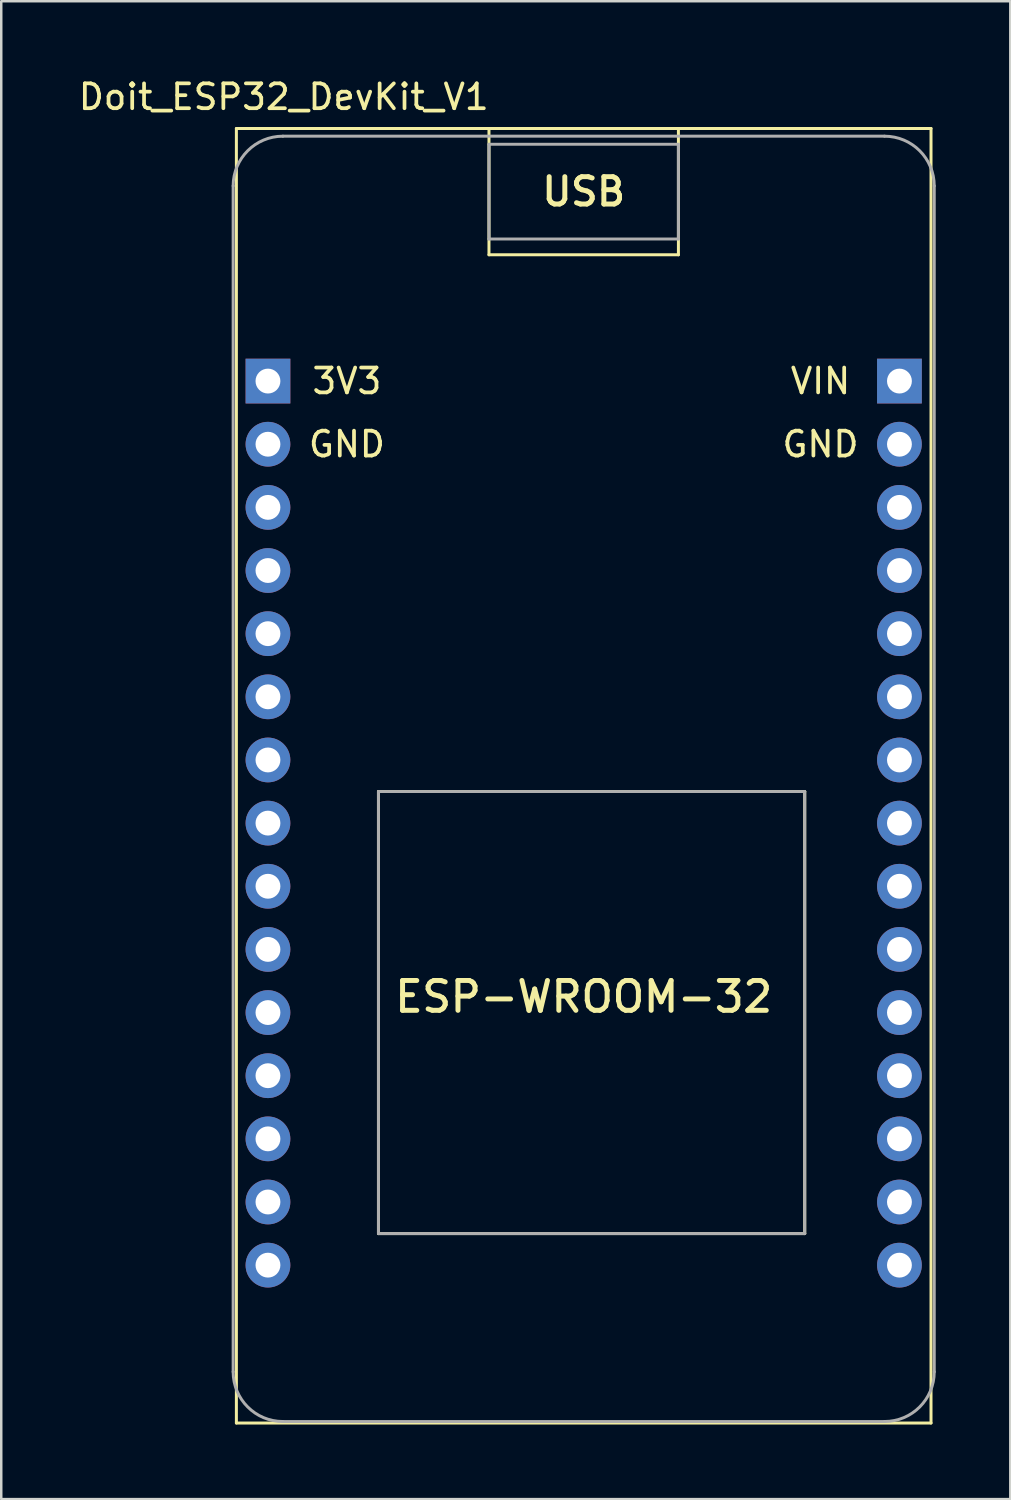
<source format=kicad_pcb>
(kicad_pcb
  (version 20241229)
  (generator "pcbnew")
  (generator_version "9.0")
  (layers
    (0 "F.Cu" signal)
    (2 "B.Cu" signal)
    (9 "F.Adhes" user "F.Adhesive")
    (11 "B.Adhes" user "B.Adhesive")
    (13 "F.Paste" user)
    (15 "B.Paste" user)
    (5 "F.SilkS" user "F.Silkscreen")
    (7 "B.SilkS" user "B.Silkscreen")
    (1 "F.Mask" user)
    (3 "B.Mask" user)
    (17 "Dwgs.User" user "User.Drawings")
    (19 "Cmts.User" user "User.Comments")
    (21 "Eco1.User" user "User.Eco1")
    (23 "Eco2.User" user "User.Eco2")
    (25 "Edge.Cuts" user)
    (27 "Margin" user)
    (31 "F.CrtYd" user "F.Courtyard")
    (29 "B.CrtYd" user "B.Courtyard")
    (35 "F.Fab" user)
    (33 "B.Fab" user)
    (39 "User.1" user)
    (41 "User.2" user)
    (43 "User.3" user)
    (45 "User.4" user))
  (footprint "Doit_ESP32_DevKit_V1"
    (layer "F.Cu")
    (at 20.428 30.058)
    (property "Reference" "Doit_ESP32_DevKit_V1" (at -12.065 -29.21 0) (layer "F.SilkS") (effects (font (size 1 1) (thickness 0.15))))
    (attr through_hole)
    (fp_line (start -13.97 -27.94) (end 13.97 -27.94) (stroke (width 0.12) (type solid)) (layer "F.SilkS"))
    (fp_line (start -13.97 24.13) (end -13.97 -27.94) (stroke (width 0.12) (type solid)) (layer "F.SilkS"))
    (fp_line (start -8.255 -1.27) (end 8.89 -1.27) (stroke (width 0.12) (type solid)) (layer "F.SilkS"))
    (fp_line (start -8.255 16.51) (end -8.255 -1.27) (stroke (width 0.12) (type solid)) (layer "F.SilkS"))
    (fp_line (start -3.81 -22.86) (end -3.81 -27.94) (stroke (width 0.12) (type solid)) (layer "F.SilkS"))
    (fp_line (start 3.81 -27.94) (end 3.81 -22.86) (stroke (width 0.12) (type solid)) (layer "F.SilkS"))
    (fp_line (start 3.81 -22.86) (end -3.81 -22.86) (stroke (width 0.12) (type solid)) (layer "F.SilkS"))
    (fp_line (start 8.89 -1.27) (end 8.89 16.51) (stroke (width 0.12) (type solid)) (layer "F.SilkS"))
    (fp_line (start 8.89 16.51) (end -8.255 16.51) (stroke (width 0.12) (type solid)) (layer "F.SilkS"))
    (fp_line (start 13.97 -27.94) (end 13.97 24.13) (stroke (width 0.12) (type solid)) (layer "F.SilkS"))
    (fp_line (start 13.97 24.13) (end -13.97 24.13) (stroke (width 0.12) (type solid)) (layer "F.SilkS"))
    (fp_line (start -14.1 22.07) (end -14.1 -25.63) (stroke (width 0.12) (type solid)) (layer "F.Fab"))
    (fp_line (start -12.1 -27.63) (end 12.1 -27.63) (stroke (width 0.12) (type solid)) (layer "F.Fab"))
    (fp_line (start -8.255 -1.27) (end 8.89 -1.27) (stroke (width 0.12) (type solid)) (layer "F.Fab"))
    (fp_line (start -8.255 16.51) (end -8.255 -1.27) (stroke (width 0.12) (type solid)) (layer "F.Fab"))
    (fp_line (start -3.81 -27.305) (end 3.81 -27.305) (stroke (width 0.12) (type solid)) (layer "F.Fab"))
    (fp_line (start -3.81 -23.495) (end -3.81 -27.305) (stroke (width 0.12) (type solid)) (layer "F.Fab"))
    (fp_line (start 3.81 -27.305) (end 3.81 -23.495) (stroke (width 0.12) (type solid)) (layer "F.Fab"))
    (fp_line (start 3.81 -23.495) (end -3.81 -23.495) (stroke (width 0.12) (type solid)) (layer "F.Fab"))
    (fp_line (start 8.89 -1.27) (end 8.89 16.51) (stroke (width 0.12) (type solid)) (layer "F.Fab"))
    (fp_line (start 8.89 16.51) (end -8.255 16.51) (stroke (width 0.12) (type solid)) (layer "F.Fab"))
    (fp_line (start 12.1 24.07) (end -12.1 24.07) (stroke (width 0.12) (type solid)) (layer "F.Fab"))
    (fp_line (start 14.1 -25.63) (end 14.1 22.07) (stroke (width 0.12) (type solid)) (layer "F.Fab"))
    (fp_arc (start -14.1 -25.63) (mid -13.514214 -27.044214) (end -12.1 -27.63) (stroke (width 0.12) (type solid)) (layer "F.Fab"))
    (fp_arc (start -12.1 24.07) (mid -13.514214 23.484214) (end -14.1 22.07) (stroke (width 0.12) (type solid)) (layer "F.Fab"))
    (fp_arc (start 12.1 -27.63) (mid 13.514214 -27.044214) (end 14.1 -25.63) (stroke (width 0.12) (type solid)) (layer "F.Fab"))
    (fp_arc (start 14.1 22.07) (mid 13.514214 23.484214) (end 12.1 24.07) (stroke (width 0.12) (type solid)) (layer "F.Fab"))
    (fp_text user "GND" (at 9.525 -15.24 0) (layer "F.SilkS") (effects (font (size 1 1) (thickness 0.15))))
    (fp_text user "ESP-WROOM-32" (at 0 6.985 0) (layer "F.SilkS") (effects (font (size 1.2 1.2) (thickness 0.2))))
    (fp_text user "GND" (at -9.525 -15.24 0) (layer "F.SilkS") (effects (font (size 1 1) (thickness 0.15))))
    (fp_text user "VIN" (at 9.525 -17.78 0) (layer "F.SilkS") (effects (font (size 1 1) (thickness 0.15))))
    (fp_text user "USB" (at 0 -25.4 0) (layer "F.SilkS") (effects (font (size 1.1 1.1) (thickness 0.2))))
    (fp_text user "3V3" (at -9.525 -17.78 0) (layer "F.SilkS") (effects (font (size 1 1) (thickness 0.15))))
    (pad "1" thru_hole rect (at 12.7 -17.78) (size 1.8 1.8) (drill 1) (layers "*.Cu" "*.Mask"))
    (pad "2" thru_hole circle (at 12.7 -15.24) (size 1.8 1.8) (drill 1) (layers "*.Cu" "*.Mask"))
    (pad "3" thru_hole circle (at 12.7 -12.7) (size 1.8 1.8) (drill 1) (layers "*.Cu" "*.Mask"))
    (pad "4" thru_hole circle (at 12.7 -10.16) (size 1.8 1.8) (drill 1) (layers "*.Cu" "*.Mask"))
    (pad "5" thru_hole circle (at 12.7 -7.62) (size 1.8 1.8) (drill 1) (layers "*.Cu" "*.Mask"))
    (pad "6" thru_hole circle (at 12.7 -5.08) (size 1.8 1.8) (drill 1) (layers "*.Cu" "*.Mask"))
    (pad "7" thru_hole circle (at 12.7 -2.54) (size 1.8 1.8) (drill 1) (layers "*.Cu" "*.Mask"))
    (pad "8" thru_hole circle (at 12.7 0) (size 1.8 1.8) (drill 1) (layers "*.Cu" "*.Mask"))
    (pad "9" thru_hole circle (at 12.7 2.54) (size 1.8 1.8) (drill 1) (layers "*.Cu" "*.Mask"))
    (pad "10" thru_hole circle (at 12.7 5.08) (size 1.8 1.8) (drill 1) (layers "*.Cu" "*.Mask"))
    (pad "11" thru_hole circle (at 12.7 7.62) (size 1.8 1.8) (drill 1) (layers "*.Cu" "*.Mask"))
    (pad "12" thru_hole circle (at 12.7 10.16) (size 1.8 1.8) (drill 1) (layers "*.Cu" "*.Mask"))
    (pad "13" thru_hole circle (at 12.7 12.7) (size 1.8 1.8) (drill 1) (layers "*.Cu" "*.Mask"))
    (pad "14" thru_hole circle (at 12.7 15.24) (size 1.8 1.8) (drill 1) (layers "*.Cu" "*.Mask"))
    (pad "15" thru_hole circle (at 12.7 17.78) (size 1.8 1.8) (drill 1) (layers "*.Cu" "*.Mask"))
    (pad "16" thru_hole rect (at -12.7 -17.78) (size 1.8 1.8) (drill 1) (layers "*.Cu" "*.Mask"))
    (pad "17" thru_hole circle (at -12.7 -15.24) (size 1.8 1.8) (drill 1) (layers "*.Cu" "*.Mask"))
    (pad "18" thru_hole circle (at -12.7 -12.7) (size 1.8 1.8) (drill 1) (layers "*.Cu" "*.Mask"))
    (pad "19" thru_hole circle (at -12.7 -10.16) (size 1.8 1.8) (drill 1) (layers "*.Cu" "*.Mask"))
    (pad "20" thru_hole circle (at -12.7 -7.62) (size 1.8 1.8) (drill 1) (layers "*.Cu" "*.Mask"))
    (pad "21" thru_hole circle (at -12.7 -5.08) (size 1.8 1.8) (drill 1) (layers "*.Cu" "*.Mask"))
    (pad "22" thru_hole circle (at -12.7 -2.54) (size 1.8 1.8) (drill 1) (layers "*.Cu" "*.Mask"))
    (pad "23" thru_hole circle (at -12.7 0) (size 1.8 1.8) (drill 1) (layers "*.Cu" "*.Mask"))
    (pad "24" thru_hole circle (at -12.7 2.54) (size 1.8 1.8) (drill 1) (layers "*.Cu" "*.Mask"))
    (pad "25" thru_hole circle (at -12.7 5.08) (size 1.8 1.8) (drill 1) (layers "*.Cu" "*.Mask"))
    (pad "26" thru_hole circle (at -12.7 7.62) (size 1.8 1.8) (drill 1) (layers "*.Cu" "*.Mask"))
    (pad "27" thru_hole circle (at -12.7 10.16) (size 1.8 1.8) (drill 1) (layers "*.Cu" "*.Mask"))
    (pad "28" thru_hole circle (at -12.7 12.7) (size 1.8 1.8) (drill 1) (layers "*.Cu" "*.Mask"))
    (pad "29" thru_hole circle (at -12.7 15.24) (size 1.8 1.8) (drill 1) (layers "*.Cu" "*.Mask"))
    (pad "30" thru_hole circle (at -12.7 17.78) (size 1.8 1.8) (drill 1) (layers "*.Cu" "*.Mask")))
  (gr_rect
    (start -3 -3)
    (end 37.588 57.248)
    (stroke (width 0.1) (type default))
    (fill no)
    (layer "Edge.Cuts")))
</source>
